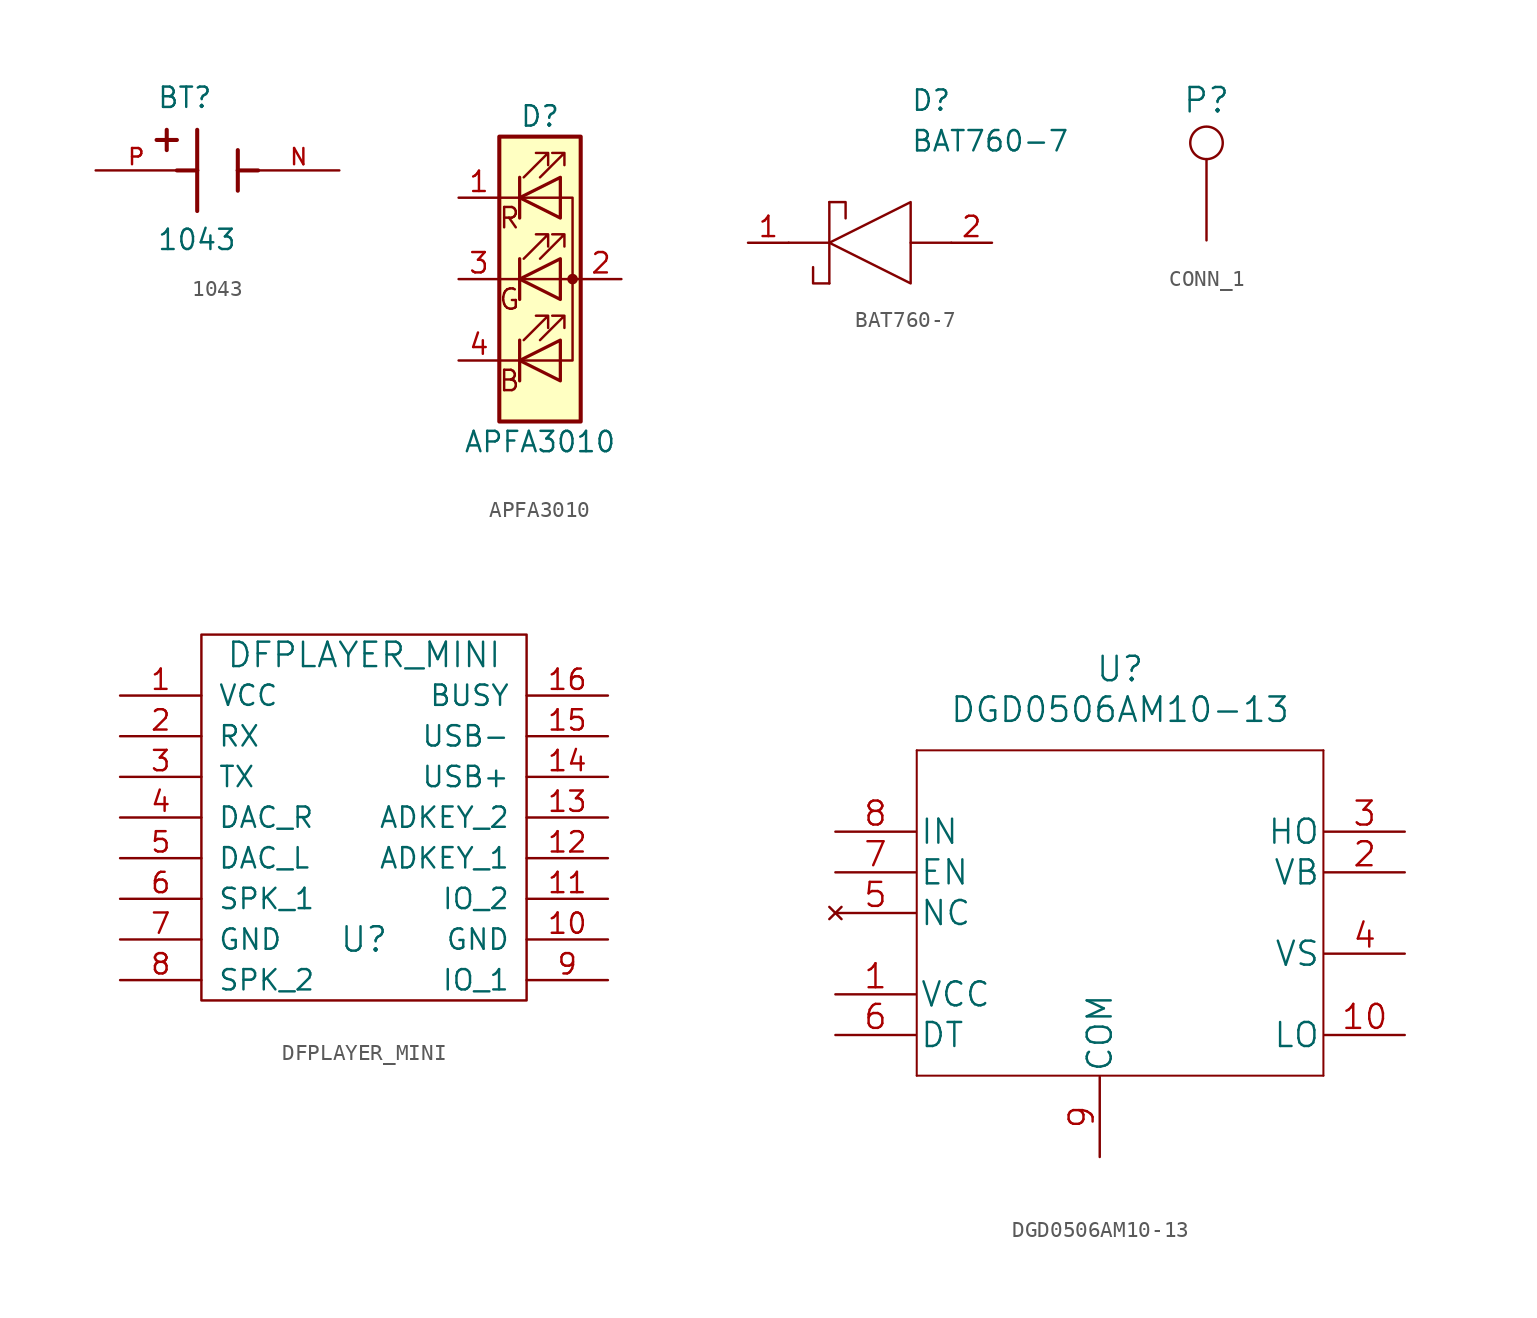
<source format=kicad_sym>
(kicad_symbol_lib
  (version 20220914)
  (generator kicad_symbol_editor)
  (symbol "1043"
    (pin_names
      (offset 1.016) hide)
    (property "Reference" "BT"
      (at -3.81 3.81 0)
      (effects (font (size 1.27 1.27)) (justify left bottom)))
    (property "Value" "1043"
      (at -3.81 -5.08 0)
      (effects (font (size 1.27 1.27)) (justify left bottom)))
    (property "ki_locked" ""
      (at 0 0 0)
      (effects (font (size 1.27 1.27))))
    (symbol "1043_0_0"
      (polyline (pts (xy -3.81 1.905) (xy -2.54 1.905)) (stroke (width 0.254) (type solid)) (fill (type none)))
      (polyline (pts (xy -3.175 2.54) (xy -3.175 1.27)) (stroke (width 0.254) (type solid)) (fill (type none)))
      (polyline (pts (xy -1.27 0) (xy -2.54 0)) (stroke (width 0.254) (type solid)) (fill (type none)))
      (polyline (pts (xy -1.27 0) (xy -1.27 -2.54)) (stroke (width 0.254) (type solid)) (fill (type none)))
      (polyline (pts (xy -1.27 2.54) (xy -1.27 0)) (stroke (width 0.254) (type solid)) (fill (type none)))
      (polyline (pts (xy 1.27 0) (xy 1.27 -1.27)) (stroke (width 0.254) (type solid)) (fill (type none)))
      (polyline (pts (xy 1.27 0) (xy 2.54 0)) (stroke (width 0.254) (type solid)) (fill (type none)))
      (polyline (pts (xy 1.27 1.27) (xy 1.27 0)) (stroke (width 0.254) (type solid)) (fill (type none)))
      (pin passive line (at 7.62 0 180) (length 5.08) (name "~" (effects (font (size 1.016 1.016)))) (number "N" (effects (font (size 1.016 1.016)))))
      (pin passive line (at -7.62 0 0) (length 5.08) (name "~" (effects (font (size 1.016 1.016)))) (number "P" (effects (font (size 1.016 1.016)))))))
  (symbol "APFA3010"
    (pin_names
      (offset 0) hide)
    (property "Reference" "D"
      (at 0 10.16 0)
      (effects (font (size 1.27 1.27))))
    (property "Value" "APFA3010"
      (at 0 -10.16 0)
      (effects (font (size 1.27 1.27))))
    (symbol "APFA3010_0_0"
      (text "B" (at -1.905 -6.35 0) (effects (font (size 1.27 1.27))))
      (text "G" (at -1.905 -1.27 0) (effects (font (size 1.27 1.27))))
      (text "R" (at -1.905 3.81 0) (effects (font (size 1.27 1.27)))))
    (symbol "APFA3010_0_1"
      (rectangle (start -2.54 -8.89) (end 2.54 8.89) (stroke (width 0.254) (type solid)) (fill (type background)))
      (polyline (pts (xy -2.54 -5.08) (xy 1.27 -5.08)) (stroke (width 0) (type solid)) (fill (type none)))
      (polyline (pts (xy -1.27 -3.81) (xy -1.27 -6.35)) (stroke (width 0.203) (type solid)) (fill (type none)))
      (polyline (pts (xy -1.27 1.27) (xy -1.27 -1.27)) (stroke (width 0.203) (type solid)) (fill (type none)))
      (polyline (pts (xy -1.27 6.35) (xy -1.27 3.81)) (stroke (width 0.203) (type solid)) (fill (type none)))
      (polyline (pts (xy 1.27 5.08) (xy -2.54 5.08)) (stroke (width 0) (type solid)) (fill (type none)))
      (polyline (pts (xy 2.54 0) (xy -2.54 0)) (stroke (width 0) (type solid)) (fill (type none)))
      (polyline (pts (xy 1.27 -5.08) (xy 2.032 -5.08) (xy 2.032 5.08) (xy 1.27 5.08)) (stroke (width 0) (type solid)) (fill (type none)))
      (polyline (pts (xy 1.27 -3.81) (xy 1.27 -6.35) (xy -1.27 -5.08) (xy 1.27 -3.81)) (stroke (width 0.203) (type solid)) (fill (type none)))
      (polyline (pts (xy 1.27 1.27) (xy 1.27 -1.27) (xy -1.27 0) (xy 1.27 1.27)) (stroke (width 0.203) (type solid)) (fill (type none)))
      (polyline (pts (xy 1.27 6.35) (xy 1.27 3.81) (xy -1.27 5.08) (xy 1.27 6.35)) (stroke (width 0.203) (type solid)) (fill (type none)))
      (polyline (pts (xy -1.016 -3.81) (xy 0.508 -2.286) (xy -0.254 -2.286) (xy 0.508 -2.286) (xy 0.508 -3.048)) (stroke (width 0) (type solid)) (fill (type none)))
      (polyline (pts (xy -1.016 1.27) (xy 0.508 2.794) (xy -0.254 2.794) (xy 0.508 2.794) (xy 0.508 2.032)) (stroke (width 0) (type solid)) (fill (type none)))
      (polyline (pts (xy -1.016 6.35) (xy 0.508 7.874) (xy -0.254 7.874) (xy 0.508 7.874) (xy 0.508 7.112)) (stroke (width 0) (type solid)) (fill (type none)))
      (polyline (pts (xy 0 -3.81) (xy 1.524 -2.286) (xy 0.762 -2.286) (xy 1.524 -2.286) (xy 1.524 -3.048)) (stroke (width 0) (type solid)) (fill (type none)))
      (polyline (pts (xy 0 1.27) (xy 1.524 2.794) (xy 0.762 2.794) (xy 1.524 2.794) (xy 1.524 2.032)) (stroke (width 0) (type solid)) (fill (type none)))
      (polyline (pts (xy 0 6.35) (xy 1.524 7.874) (xy 0.762 7.874) (xy 1.524 7.874) (xy 1.524 7.112)) (stroke (width 0) (type solid)) (fill (type none)))
      (rectangle (start 1.27 6.35) (end 1.27 6.35) (stroke (width 0) (type solid)) (fill (type none)))
      (circle (center 2.032 0) (radius 0.254) (stroke (width 0) (type solid)) (fill (type outline))))
    (symbol "APFA3010_1_1"
      (pin input line (at -5.08 5.08 0) (length 2.54) (name "R" (effects (font (size 1.27 1.27)))) (number "1" (effects (font (size 1.27 1.27)))))
      (pin power_in line (at 5.08 0 180) (length 2.54) (name "A" (effects (font (size 1.27 1.27)))) (number "2" (effects (font (size 1.27 1.27)))))
      (pin input line (at -5.08 0 0) (length 2.54) (name "G" (effects (font (size 1.27 1.27)))) (number "3" (effects (font (size 1.27 1.27)))))
      (pin input line (at -5.08 -5.08 0) (length 2.54) (name "B" (effects (font (size 1.27 1.27)))) (number "4" (effects (font (size 1.27 1.27)))))))
  (symbol "BAT760-7"
    (pin_names
      (offset 0.762))
    (property "Reference" "D"
      (at 12.7 8.89 0)
      (effects (font (size 1.27 1.27)) (justify left)))
    (property "Value" "BAT760-7"
      (at 12.7 6.35 0)
      (effects (font (size 1.27 1.27)) (justify left)))
    (symbol "BAT760-7_0_0"
      (pin bidirectional line (at 2.54 0 0) (length 2.54) (name "~" (effects (font (size 1.27 1.27)))) (number "1" (effects (font (size 1.27 1.27)))))
      (pin bidirectional line (at 17.78 0 180) (length 2.54) (name "~" (effects (font (size 1.27 1.27)))) (number "2" (effects (font (size 1.27 1.27))))))
    (symbol "BAT760-7_0_1"
      (polyline (pts (xy 5.08 0) (xy 7.62 0)) (stroke (width 0.152) (type solid)) (fill (type none)))
      (polyline (pts (xy 7.62 2.54) (xy 7.62 -2.54)) (stroke (width 0.152) (type solid)) (fill (type none)))
      (polyline (pts (xy 12.7 0) (xy 15.24 0)) (stroke (width 0.152) (type solid)) (fill (type none)))
      (polyline (pts (xy 7.62 -2.54) (xy 6.604 -2.54) (xy 6.604 -1.524)) (stroke (width 0.152) (type solid)) (fill (type none)))
      (polyline (pts (xy 7.62 2.54) (xy 8.636 2.54) (xy 8.636 1.524)) (stroke (width 0.152) (type solid)) (fill (type none)))
      (polyline (pts (xy 7.62 0) (xy 12.7 2.54) (xy 12.7 -2.54) (xy 7.62 0)) (stroke (width 0.152) (type solid)) (fill (type none)))))
  (symbol "CONN_1"
    (pin_names
      (offset 1.016))
    (property "Reference" "P"
      (at 0 8.763 0)
      (effects (font (size 1.524 1.524))))
    (property "Footprint" ""
      (at 0 0 0)
      (effects (font (size 1.524 1.524))))
    (property "Datasheet" ""
      (at 0 0 0)
      (effects (font (size 1.524 1.524))))
    (symbol "CONN_1_0_1"
      (circle (center 0 6.096) (radius 1.016) (stroke (width 0) (type solid)) (fill (type none))))
    (symbol "CONN_1_1_1"
      (pin input line (at 0 0 90) (length 5.08) (name "~" (effects (font (size 1.27 1.27)))) (number "~" (effects (font (size 1.27 1.27)))))))
  (symbol "DFPLAYER_MINI"
    (pin_names
      (offset 1.016))
    (property "Reference" "U"
      (at 0 -6.35 0)
      (effects (font (size 1.524 1.524))))
    (property "Value" "DFPLAYER_MINI"
      (at 0 11.43 0)
      (effects (font (size 1.524 1.524))))
    (property "Footprint" ""
      (at 0 0 0)
      (effects (font (size 1.524 1.524))))
    (property "Datasheet" ""
      (at 0 0 0)
      (effects (font (size 1.524 1.524))))
    (symbol "DFPLAYER_MINI_0_1"
      (rectangle (start -10.16 -10.16) (end 10.16 12.7) (stroke (width 0) (type solid)) (fill (type none))))
    (symbol "DFPLAYER_MINI_1_1"
      (pin input line (at -15.24 8.89 0) (length 5.08) (name "VCC" (effects (font (size 1.27 1.27)))) (number "1" (effects (font (size 1.27 1.27)))))
      (pin input line (at 15.24 -6.35 180) (length 5.08) (name "GND" (effects (font (size 1.27 1.27)))) (number "10" (effects (font (size 1.27 1.27)))))
      (pin input line (at 15.24 -3.81 180) (length 5.08) (name "IO_2" (effects (font (size 1.27 1.27)))) (number "11" (effects (font (size 1.27 1.27)))))
      (pin input line (at 15.24 -1.27 180) (length 5.08) (name "ADKEY_1" (effects (font (size 1.27 1.27)))) (number "12" (effects (font (size 1.27 1.27)))))
      (pin input line (at 15.24 1.27 180) (length 5.08) (name "ADKEY_2" (effects (font (size 1.27 1.27)))) (number "13" (effects (font (size 1.27 1.27)))))
      (pin input line (at 15.24 3.81 180) (length 5.08) (name "USB+" (effects (font (size 1.27 1.27)))) (number "14" (effects (font (size 1.27 1.27)))))
      (pin input line (at 15.24 6.35 180) (length 5.08) (name "USB-" (effects (font (size 1.27 1.27)))) (number "15" (effects (font (size 1.27 1.27)))))
      (pin input line (at 15.24 8.89 180) (length 5.08) (name "BUSY" (effects (font (size 1.27 1.27)))) (number "16" (effects (font (size 1.27 1.27)))))
      (pin input line (at -15.24 6.35 0) (length 5.08) (name "RX" (effects (font (size 1.27 1.27)))) (number "2" (effects (font (size 1.27 1.27)))))
      (pin input line (at -15.24 3.81 0) (length 5.08) (name "TX" (effects (font (size 1.27 1.27)))) (number "3" (effects (font (size 1.27 1.27)))))
      (pin input line (at -15.24 1.27 0) (length 5.08) (name "DAC_R" (effects (font (size 1.27 1.27)))) (number "4" (effects (font (size 1.27 1.27)))))
      (pin input line (at -15.24 -1.27 0) (length 5.08) (name "DAC_L" (effects (font (size 1.27 1.27)))) (number "5" (effects (font (size 1.27 1.27)))))
      (pin input line (at -15.24 -3.81 0) (length 5.08) (name "SPK_1" (effects (font (size 1.27 1.27)))) (number "6" (effects (font (size 1.27 1.27)))))
      (pin input line (at -15.24 -6.35 0) (length 5.08) (name "GND" (effects (font (size 1.27 1.27)))) (number "7" (effects (font (size 1.27 1.27)))))
      (pin input line (at -15.24 -8.89 0) (length 5.08) (name "SPK_2" (effects (font (size 1.27 1.27)))) (number "8" (effects (font (size 1.27 1.27)))))
      (pin input line (at 15.24 -8.89 180) (length 5.08) (name "IO_1" (effects (font (size 1.27 1.27)))) (number "9" (effects (font (size 1.27 1.27)))))))
  (symbol "DGD0506AM10-13"
    (pin_names
      (offset 0.254))
    (property "Reference" "U"
      (at 20.32 10.16 0)
      (effects (font (size 1.524 1.524))))
    (property "Value" "DGD0506AM10-13"
      (at 20.32 7.62 0)
      (effects (font (size 1.524 1.524))))
    (property "Datasheet" ""
      (at 0 2.54 0)
      (effects (font (size 1.524 1.524))))
    (symbol "DGD0506AM10-13_1_1"
      (polyline (pts (xy 7.62 -15.24) (xy 33.02 -15.24)) (stroke (width 0.127) (type solid)) (fill (type none)))
      (polyline (pts (xy 7.62 5.08) (xy 7.62 -15.24)) (stroke (width 0.127) (type solid)) (fill (type none)))
      (polyline (pts (xy 33.02 -15.24) (xy 33.02 5.08)) (stroke (width 0.127) (type solid)) (fill (type none)))
      (polyline (pts (xy 33.02 5.08) (xy 7.62 5.08)) (stroke (width 0.127) (type solid)) (fill (type none)))
      (pin power_in line (at 2.54 -10.16 0) (length 5.004) (name "VCC" (effects (font (size 1.499 1.499)))) (number "1" (effects (font (size 1.499 1.499)))))
      (pin unspecified line (at 38.1 -12.7 180) (length 5.004) (name "LO" (effects (font (size 1.499 1.499)))) (number "10" (effects (font (size 1.499 1.499)))))
      (pin unspecified line (at 38.1 -2.54 180) (length 5.004) (name "VB" (effects (font (size 1.499 1.499)))) (number "2" (effects (font (size 1.499 1.499)))))
      (pin unspecified line (at 38.1 0 180) (length 5.004) (name "HO" (effects (font (size 1.499 1.499)))) (number "3" (effects (font (size 1.499 1.499)))))
      (pin unspecified line (at 38.1 -7.62 180) (length 5.004) (name "VS" (effects (font (size 1.499 1.499)))) (number "4" (effects (font (size 1.499 1.499)))))
      (pin no_connect line (at 2.54 -5.08 0) (length 5.004) (name "NC" (effects (font (size 1.499 1.499)))) (number "5" (effects (font (size 1.499 1.499)))))
      (pin unspecified line (at 2.54 -12.7 0) (length 5.004) (name "DT" (effects (font (size 1.499 1.499)))) (number "6" (effects (font (size 1.499 1.499)))))
      (pin unspecified line (at 2.54 -2.54 0) (length 5.004) (name "EN" (effects (font (size 1.499 1.499)))) (number "7" (effects (font (size 1.499 1.499)))))
      (pin unspecified line (at 2.54 0 0) (length 5.004) (name "IN" (effects (font (size 1.499 1.499)))) (number "8" (effects (font (size 1.499 1.499)))))
      (pin unspecified line (at 19.05 -20.32 90) (length 5.004) (name "COM" (effects (font (size 1.499 1.499)))) (number "9" (effects (font (size 1.499 1.499))))))))
</source>
